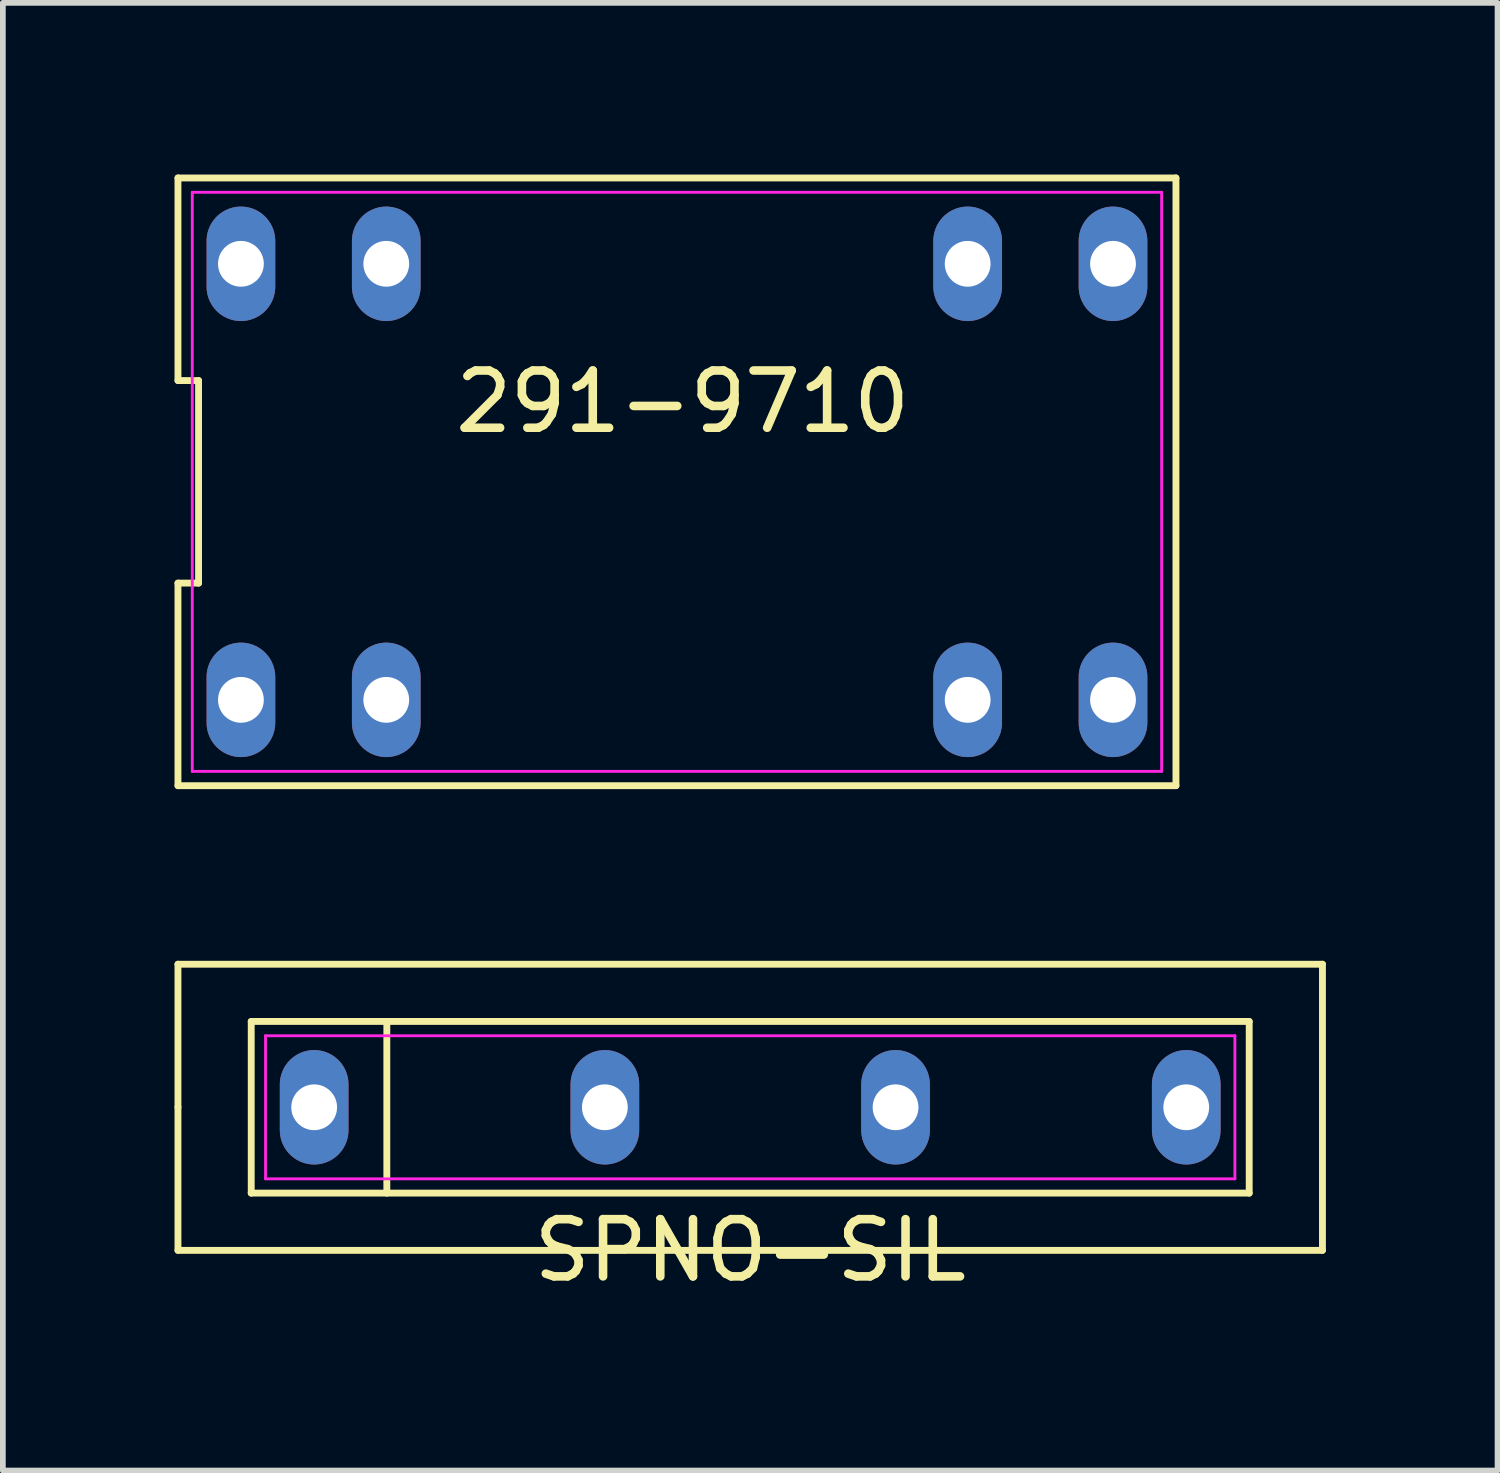
<source format=kicad_pcb>
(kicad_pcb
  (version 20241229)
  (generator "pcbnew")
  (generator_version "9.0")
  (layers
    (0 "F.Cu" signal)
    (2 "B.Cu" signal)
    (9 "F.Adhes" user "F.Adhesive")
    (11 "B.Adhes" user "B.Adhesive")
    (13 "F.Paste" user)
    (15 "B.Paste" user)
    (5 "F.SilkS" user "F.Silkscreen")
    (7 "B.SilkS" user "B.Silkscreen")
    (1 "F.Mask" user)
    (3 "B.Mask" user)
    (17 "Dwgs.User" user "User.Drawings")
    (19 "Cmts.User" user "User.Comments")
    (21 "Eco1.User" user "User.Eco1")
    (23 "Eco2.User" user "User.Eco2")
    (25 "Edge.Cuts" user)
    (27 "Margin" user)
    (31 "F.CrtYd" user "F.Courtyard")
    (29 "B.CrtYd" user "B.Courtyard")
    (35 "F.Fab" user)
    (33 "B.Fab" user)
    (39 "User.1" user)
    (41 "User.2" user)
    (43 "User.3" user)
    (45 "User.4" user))
  (footprint "SPNO-SIL"
    (layer "F.Cu")
    (at 10.06 16.3)
    (property "Reference" "SPNO-SIL" (at 0 2.5 0) (layer "F.SilkS") (effects (font (size 1 1) (thickness 0.15))))
    (attr through_hole)
    (fp_line (start -10 -2.5) (end 10 -2.5) (stroke (width 0.12) (type solid)) (layer "F.SilkS"))
    (fp_line (start -10 0) (end -10 -2.5) (stroke (width 0.12) (type solid)) (layer "F.SilkS"))
    (fp_line (start -10 2.5) (end -10 0) (stroke (width 0.12) (type solid)) (layer "F.SilkS"))
    (fp_line (start -8.72 -1.5) (end 8.72 -1.5) (stroke (width 0.12) (type solid)) (layer "F.SilkS"))
    (fp_line (start -8.72 1.5) (end -8.72 -1.5) (stroke (width 0.12) (type solid)) (layer "F.SilkS"))
    (fp_line (start -6.35 -1.5) (end -6.35 1.5) (stroke (width 0.12) (type solid)) (layer "F.SilkS"))
    (fp_line (start 8.72 -1.5) (end 8.72 1.5) (stroke (width 0.12) (type solid)) (layer "F.SilkS"))
    (fp_line (start 8.72 1.5) (end -8.72 1.5) (stroke (width 0.12) (type solid)) (layer "F.SilkS"))
    (fp_line (start 10 -2.5) (end 10 2.5) (stroke (width 0.12) (type solid)) (layer "F.SilkS"))
    (fp_line (start 10 2.5) (end -10 2.5) (stroke (width 0.12) (type solid)) (layer "F.SilkS"))
    (fp_line (start -8.47 -1.25) (end 8.47 -1.25) (stroke (width 0.05) (type solid)) (layer "F.CrtYd"))
    (fp_line (start -8.47 1.25) (end -8.47 -1.25) (stroke (width 0.05) (type solid)) (layer "F.CrtYd"))
    (fp_line (start 8.47 -1.25) (end 8.47 1.25) (stroke (width 0.05) (type solid)) (layer "F.CrtYd"))
    (fp_line (start 8.47 1.25) (end -8.47 1.25) (stroke (width 0.05) (type solid)) (layer "F.CrtYd"))
    (pad "1" thru_hole oval (at -7.62 0) (size 1.2 2) (drill 0.8) (layers "*.Cu" "*.Mask"))
    (pad "3" thru_hole oval (at -2.54 0) (size 1.2 2) (drill 0.8) (layers "*.Cu" "*.Mask"))
    (pad "5" thru_hole oval (at 2.54 0) (size 1.2 2) (drill 0.8) (layers "*.Cu" "*.Mask"))
    (pad "7" thru_hole oval (at 7.62 0) (size 1.2 2) (drill 0.8) (layers "*.Cu" "*.Mask")))
  (footprint "291-9710"
    (layer "F.Cu")
    (at 8.78 5.37)
    (property "Reference" "291-9710" (at 0.1 -1.4 180) (layer "F.SilkS") (effects (font (size 1 1) (thickness 0.15))))
    (attr through_hole)
    (fp_line (start -8.72 -5.31) (end -8.72 -1.77) (stroke (width 0.12) (type solid)) (layer "F.SilkS"))
    (fp_line (start -8.72 -1.77) (end -8.36 -1.77) (stroke (width 0.12) (type solid)) (layer "F.SilkS"))
    (fp_line (start -8.72 1.77) (end -8.72 5.31) (stroke (width 0.12) (type solid)) (layer "F.SilkS"))
    (fp_line (start -8.72 5.31) (end 8.72 5.31) (stroke (width 0.12) (type solid)) (layer "F.SilkS"))
    (fp_line (start -8.36 -1.77) (end -8.36 1.77) (stroke (width 0.12) (type solid)) (layer "F.SilkS"))
    (fp_line (start -8.36 1.77) (end -8.72 1.77) (stroke (width 0.12) (type solid)) (layer "F.SilkS"))
    (fp_line (start 8.72 -5.31) (end -8.72 -5.31) (stroke (width 0.12) (type solid)) (layer "F.SilkS"))
    (fp_line (start 8.72 5.31) (end 8.72 -5.31) (stroke (width 0.12) (type solid)) (layer "F.SilkS"))
    (fp_line (start -8.47 -5.06) (end 8.47 -5.06) (stroke (width 0.05) (type solid)) (layer "F.CrtYd"))
    (fp_line (start -8.47 5.06) (end -8.47 -5.06) (stroke (width 0.05) (type solid)) (layer "F.CrtYd"))
    (fp_line (start 8.47 -5.06) (end 8.47 5.06) (stroke (width 0.05) (type solid)) (layer "F.CrtYd"))
    (fp_line (start 8.47 5.06) (end -8.47 5.06) (stroke (width 0.05) (type solid)) (layer "F.CrtYd"))
    (pad "1" thru_hole oval (at -7.62 3.81) (size 1.2 2) (drill 0.8) (layers "*.Cu" "*.Mask"))
    (pad "2" thru_hole oval (at -5.08 3.81) (size 1.2 2) (drill 0.8) (layers "*.Cu" "*.Mask"))
    (pad "6" thru_hole oval (at 5.08 3.81) (size 1.2 2) (drill 0.8) (layers "*.Cu" "*.Mask"))
    (pad "7" thru_hole oval (at 7.62 3.81) (size 1.2 2) (drill 0.8) (layers "*.Cu" "*.Mask"))
    (pad "8" thru_hole oval (at 7.62 -3.81) (size 1.2 2) (drill 0.8) (layers "*.Cu" "*.Mask"))
    (pad "9" thru_hole oval (at 5.08 -3.81) (size 1.2 2) (drill 0.8) (layers "*.Cu" "*.Mask"))
    (pad "13" thru_hole oval (at -5.08 -3.81) (size 1.2 2) (drill 0.8) (layers "*.Cu" "*.Mask"))
    (pad "14" thru_hole oval (at -7.62 -3.81) (size 1.2 2) (drill 0.8) (layers "*.Cu" "*.Mask")))
  (gr_rect
    (start -3 -3)
    (end 23.12 22.648)
    (stroke (width 0.1) (type default))
    (fill no)
    (layer "Edge.Cuts")))
</source>
